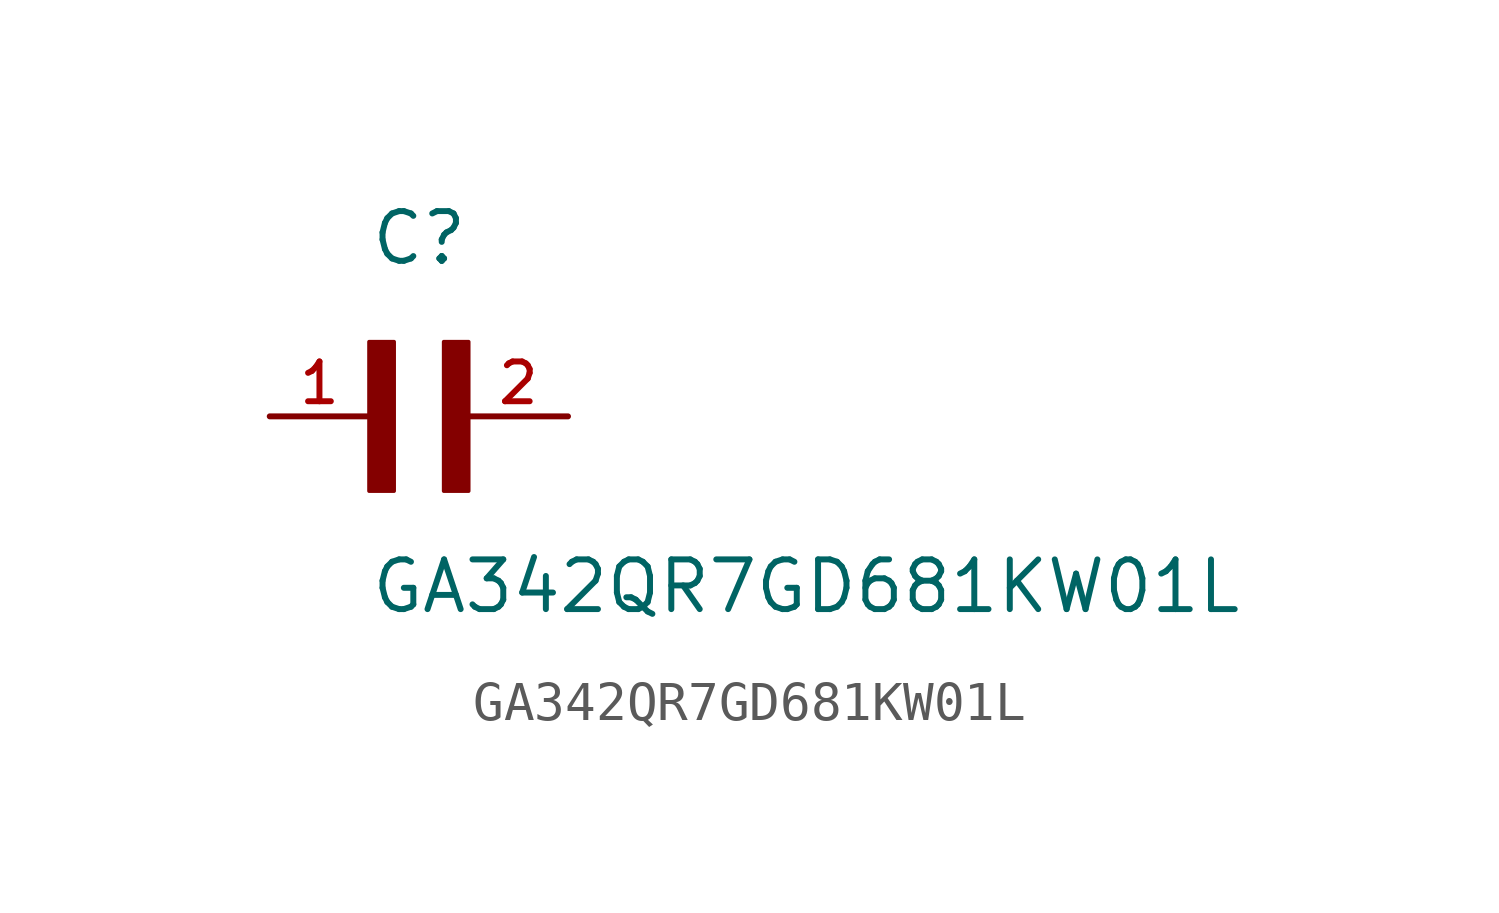
<source format=kicad_sym>
(kicad_symbol_lib
  (version 20211014)
  (generator kicad_symbol_editor)
  (symbol "GA342QR7GD681KW01L"
    (pin_names
      (offset 1.016))
    (property "Reference" "C"
      (at 0.0 3.811 0)
      (effects (font (size 1.27 1.27)) (justify bottom left)))
    (property "Value" "GA342QR7GD681KW01L"
      (at 0.0 -5.088 0)
      (effects (font (size 1.27 1.27)) (justify bottom left)))
    (symbol "GA342QR7GD681KW01L_0_0"
      (rectangle (start 0.0 -1.907) (end 0.635 1.905) (stroke (width 0.1)) (fill (type outline)))
      (rectangle (start 1.907 -1.907) (end 2.54 1.905) (stroke (width 0.1)) (fill (type outline)))
      (pin passive line (at 5.08 0.0 180.0) (length 2.54) (name "~" (effects (font (size 1.016 1.016)))) (number "2" (effects (font (size 1.016 1.016)))))
      (pin passive line (at -2.54 0.0 0) (length 2.54) (name "~" (effects (font (size 1.016 1.016)))) (number "1" (effects (font (size 1.016 1.016))))))))
</source>
